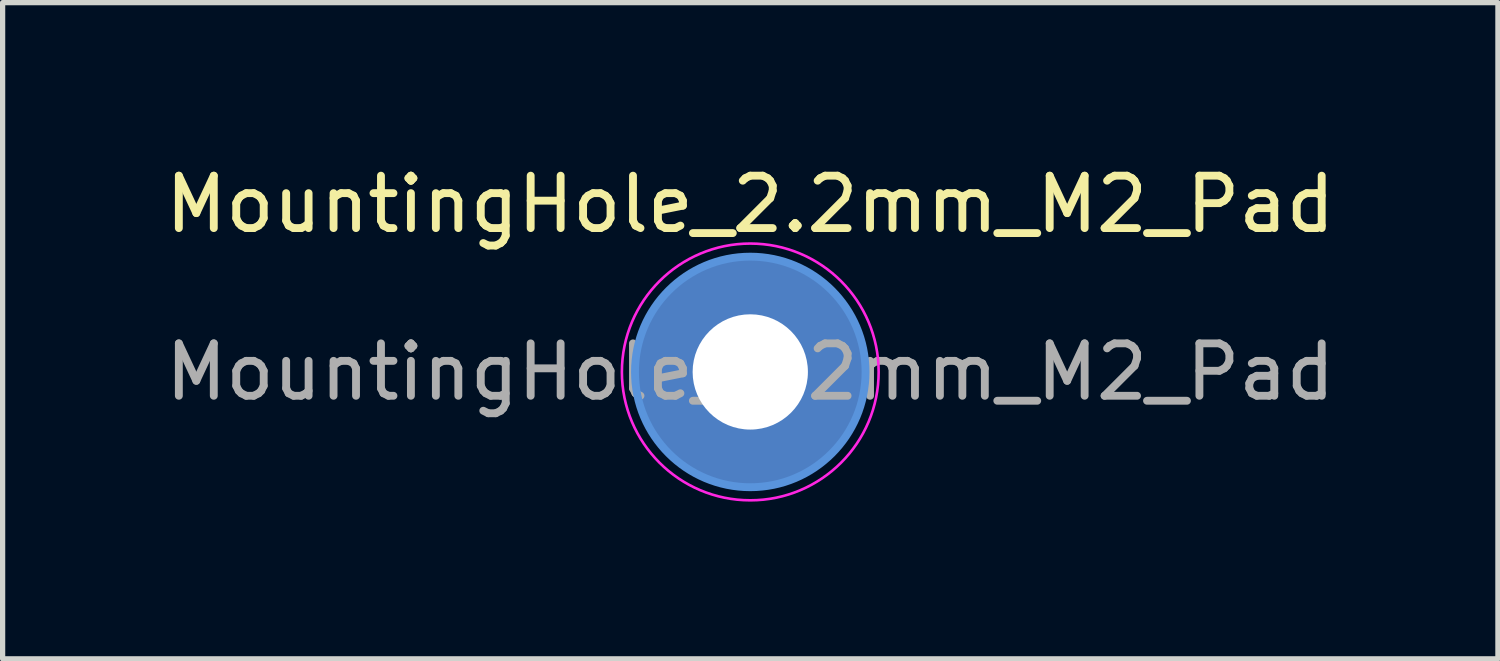
<source format=kicad_pcb>
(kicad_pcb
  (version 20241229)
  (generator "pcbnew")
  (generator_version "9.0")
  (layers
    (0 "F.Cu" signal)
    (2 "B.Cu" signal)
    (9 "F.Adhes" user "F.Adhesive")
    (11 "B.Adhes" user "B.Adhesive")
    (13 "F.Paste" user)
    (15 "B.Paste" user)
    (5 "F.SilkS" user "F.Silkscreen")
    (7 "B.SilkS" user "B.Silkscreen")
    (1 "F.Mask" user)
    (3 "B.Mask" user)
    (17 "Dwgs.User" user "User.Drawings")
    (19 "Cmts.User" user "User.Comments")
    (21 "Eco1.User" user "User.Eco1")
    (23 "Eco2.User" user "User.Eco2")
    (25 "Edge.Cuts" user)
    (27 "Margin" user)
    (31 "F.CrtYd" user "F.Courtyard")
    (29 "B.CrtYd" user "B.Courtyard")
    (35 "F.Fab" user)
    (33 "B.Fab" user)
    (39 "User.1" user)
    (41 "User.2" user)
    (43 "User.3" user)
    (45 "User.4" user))
  (footprint "MountingHole_2.2mm_M2_Pad"
    (layer "F.Cu")
    (at 11.268 4.048)
    (property "Reference" "MountingHole_2.2mm_M2_Pad" (at 0 -3.2 0) (layer "F.SilkS") (effects (font (size 1 1) (thickness 0.15))))
    (attr exclude_from_pos_files exclude_from_bom)
    (fp_circle (center 0 0) (end 2.2 0) (stroke (width 0.15) (type solid)) (fill no) (layer "Cmts.User"))
    (fp_circle (center 0 0) (end 2.45 0) (stroke (width 0.05) (type solid)) (fill no) (layer "F.CrtYd"))
    (fp_text user "${REFERENCE}" (at 0 0 0) (layer "F.Fab") (effects (font (size 1 1) (thickness 0.15))))
    (pad "1" thru_hole circle (at 0 0) (size 4.4 4.4) (drill 2.2) (layers "*.Cu" "*.Mask")))
  (gr_rect
    (start -3 -3)
    (end 25.536 9.523)
    (stroke (width 0.1) (type default))
    (fill no)
    (layer "Edge.Cuts")))
</source>
